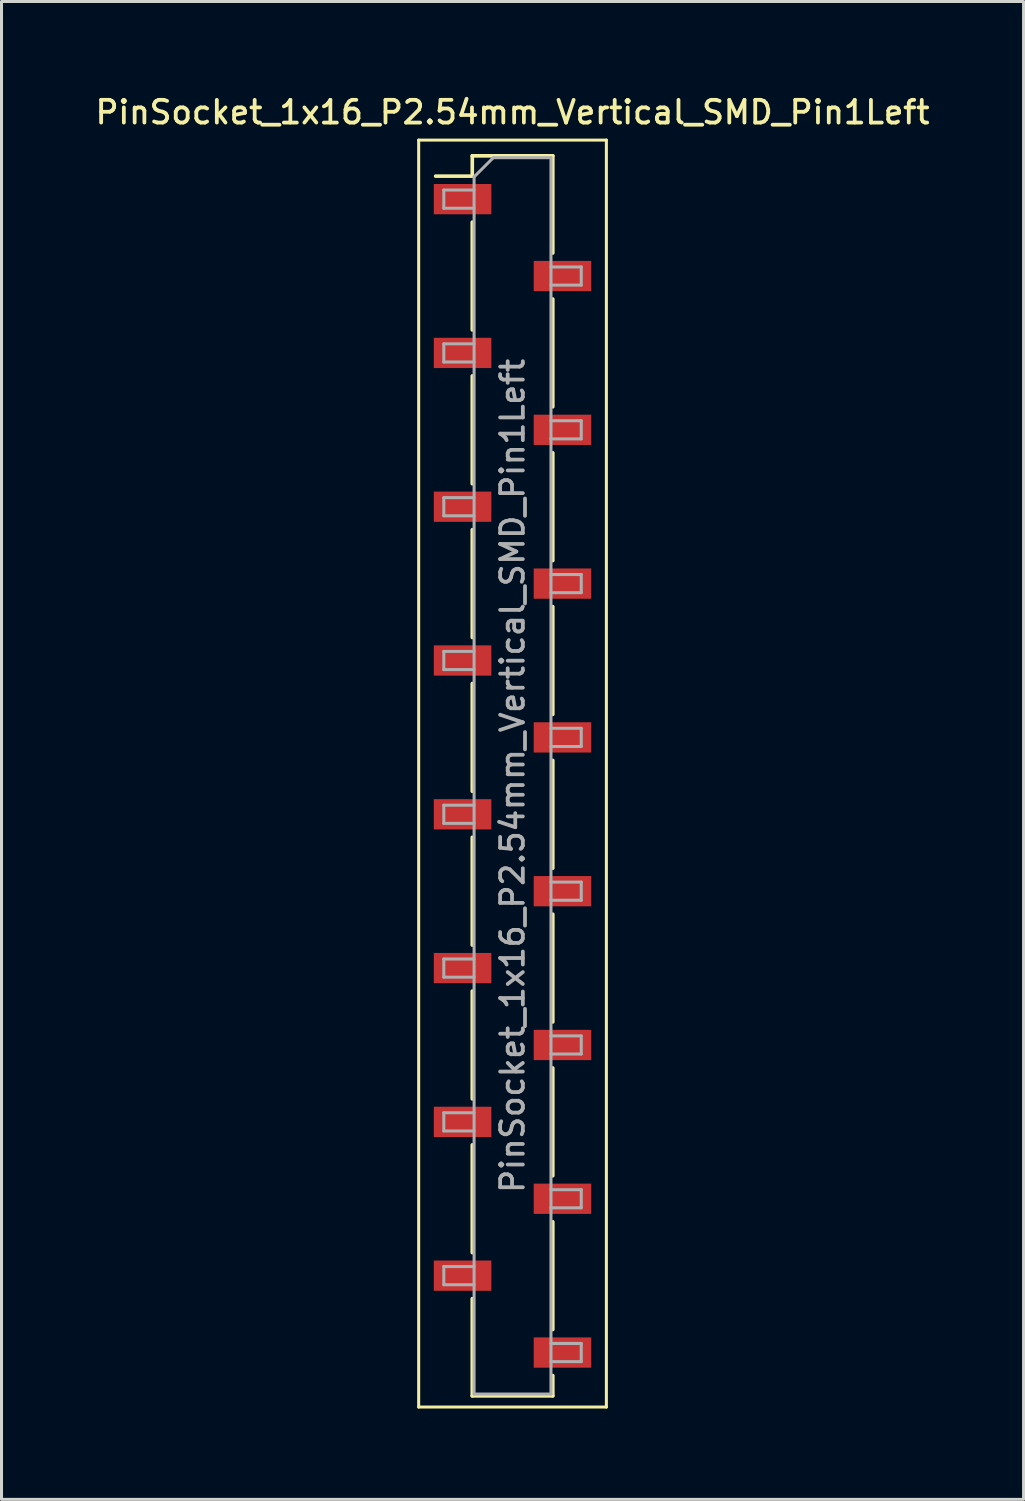
<source format=kicad_pcb>
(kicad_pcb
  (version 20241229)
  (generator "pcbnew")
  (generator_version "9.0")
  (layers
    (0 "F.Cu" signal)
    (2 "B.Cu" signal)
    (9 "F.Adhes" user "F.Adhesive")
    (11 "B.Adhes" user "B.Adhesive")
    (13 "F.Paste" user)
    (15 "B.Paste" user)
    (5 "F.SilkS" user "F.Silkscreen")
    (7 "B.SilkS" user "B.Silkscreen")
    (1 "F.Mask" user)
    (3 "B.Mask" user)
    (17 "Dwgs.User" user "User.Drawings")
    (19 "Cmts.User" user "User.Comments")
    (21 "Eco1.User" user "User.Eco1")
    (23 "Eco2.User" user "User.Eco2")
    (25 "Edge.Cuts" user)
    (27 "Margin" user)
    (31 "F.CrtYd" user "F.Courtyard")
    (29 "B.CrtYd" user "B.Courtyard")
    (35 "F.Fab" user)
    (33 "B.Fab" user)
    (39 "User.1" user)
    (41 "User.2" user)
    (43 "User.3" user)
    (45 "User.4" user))
  (footprint "PinSocket_1x16_P2.54mm_Vertical_SMD_Pin1Left"
    (layer "F.Cu")
    (at 13.88 22.578)
    (property "Reference" "PinSocket_1x16_P2.54mm_Vertical_SMD_Pin1Left" (at 0 -21.92 0) (layer "F.SilkS") (effects (font (size 0.75 0.75) (thickness 0.125))))
    (attr smd)
    (fp_line (start -3.1 -21) (end 3.1 -21) (stroke (width 0.1) (type solid)) (layer "F.SilkS"))
    (fp_line (start -3.1 20.85) (end -3.1 -21) (stroke (width 0.1) (type solid)) (layer "F.SilkS"))
    (fp_line (start -2.54 -19.81) (end -1.33 -19.81) (stroke (width 0.12) (type solid)) (layer "F.SilkS"))
    (fp_line (start -1.33 -20.48) (end -1.33 -19.81) (stroke (width 0.12) (type solid)) (layer "F.SilkS"))
    (fp_line (start -1.33 -20.48) (end 1.33 -20.48) (stroke (width 0.12) (type solid)) (layer "F.SilkS"))
    (fp_line (start -1.33 -18.29) (end -1.33 -14.73) (stroke (width 0.12) (type solid)) (layer "F.SilkS"))
    (fp_line (start -1.33 -13.21) (end -1.33 -9.65) (stroke (width 0.12) (type solid)) (layer "F.SilkS"))
    (fp_line (start -1.33 -8.13) (end -1.33 -4.57) (stroke (width 0.12) (type solid)) (layer "F.SilkS"))
    (fp_line (start -1.33 -3.05) (end -1.33 0.51) (stroke (width 0.12) (type solid)) (layer "F.SilkS"))
    (fp_line (start -1.33 2.03) (end -1.33 5.59) (stroke (width 0.12) (type solid)) (layer "F.SilkS"))
    (fp_line (start -1.33 7.11) (end -1.33 10.67) (stroke (width 0.12) (type solid)) (layer "F.SilkS"))
    (fp_line (start -1.33 12.19) (end -1.33 15.75) (stroke (width 0.12) (type solid)) (layer "F.SilkS"))
    (fp_line (start -1.33 17.27) (end -1.33 20.48) (stroke (width 0.12) (type solid)) (layer "F.SilkS"))
    (fp_line (start -1.33 20.48) (end 1.33 20.48) (stroke (width 0.12) (type solid)) (layer "F.SilkS"))
    (fp_line (start 1.33 -20.48) (end 1.33 -17.27) (stroke (width 0.12) (type solid)) (layer "F.SilkS"))
    (fp_line (start 1.33 -15.75) (end 1.33 -12.19) (stroke (width 0.12) (type solid)) (layer "F.SilkS"))
    (fp_line (start 1.33 -10.67) (end 1.33 -7.11) (stroke (width 0.12) (type solid)) (layer "F.SilkS"))
    (fp_line (start 1.33 -5.59) (end 1.33 -2.03) (stroke (width 0.12) (type solid)) (layer "F.SilkS"))
    (fp_line (start 1.33 -0.51) (end 1.33 3.05) (stroke (width 0.12) (type solid)) (layer "F.SilkS"))
    (fp_line (start 1.33 4.57) (end 1.33 8.13) (stroke (width 0.12) (type solid)) (layer "F.SilkS"))
    (fp_line (start 1.33 9.65) (end 1.33 13.21) (stroke (width 0.12) (type solid)) (layer "F.SilkS"))
    (fp_line (start 1.33 14.73) (end 1.33 18.29) (stroke (width 0.12) (type solid)) (layer "F.SilkS"))
    (fp_line (start 1.33 19.81) (end 1.33 20.48) (stroke (width 0.12) (type solid)) (layer "F.SilkS"))
    (fp_line (start 3.1 -21) (end 3.1 20.85) (stroke (width 0.1) (type solid)) (layer "F.SilkS"))
    (fp_line (start 3.1 20.85) (end -3.1 20.85) (stroke (width 0.1) (type solid)) (layer "F.SilkS"))
    (fp_line (start -2.27 -19.35) (end -1.27 -19.35) (stroke (width 0.1) (type solid)) (layer "F.Fab"))
    (fp_line (start -2.27 -18.75) (end -2.27 -19.35) (stroke (width 0.1) (type solid)) (layer "F.Fab"))
    (fp_line (start -2.27 -14.27) (end -1.27 -14.27) (stroke (width 0.1) (type solid)) (layer "F.Fab"))
    (fp_line (start -2.27 -13.67) (end -2.27 -14.27) (stroke (width 0.1) (type solid)) (layer "F.Fab"))
    (fp_line (start -2.27 -9.19) (end -1.27 -9.19) (stroke (width 0.1) (type solid)) (layer "F.Fab"))
    (fp_line (start -2.27 -8.59) (end -2.27 -9.19) (stroke (width 0.1) (type solid)) (layer "F.Fab"))
    (fp_line (start -2.27 -4.11) (end -1.27 -4.11) (stroke (width 0.1) (type solid)) (layer "F.Fab"))
    (fp_line (start -2.27 -3.51) (end -2.27 -4.11) (stroke (width 0.1) (type solid)) (layer "F.Fab"))
    (fp_line (start -2.27 0.97) (end -1.27 0.97) (stroke (width 0.1) (type solid)) (layer "F.Fab"))
    (fp_line (start -2.27 1.57) (end -2.27 0.97) (stroke (width 0.1) (type solid)) (layer "F.Fab"))
    (fp_line (start -2.27 6.05) (end -1.27 6.05) (stroke (width 0.1) (type solid)) (layer "F.Fab"))
    (fp_line (start -2.27 6.65) (end -2.27 6.05) (stroke (width 0.1) (type solid)) (layer "F.Fab"))
    (fp_line (start -2.27 11.13) (end -1.27 11.13) (stroke (width 0.1) (type solid)) (layer "F.Fab"))
    (fp_line (start -2.27 11.73) (end -2.27 11.13) (stroke (width 0.1) (type solid)) (layer "F.Fab"))
    (fp_line (start -2.27 16.21) (end -1.27 16.21) (stroke (width 0.1) (type solid)) (layer "F.Fab"))
    (fp_line (start -2.27 16.81) (end -2.27 16.21) (stroke (width 0.1) (type solid)) (layer "F.Fab"))
    (fp_line (start -1.27 -19.785) (end -0.635 -20.42) (stroke (width 0.1) (type solid)) (layer "F.Fab"))
    (fp_line (start -1.27 -18.75) (end -2.27 -18.75) (stroke (width 0.1) (type solid)) (layer "F.Fab"))
    (fp_line (start -1.27 -13.67) (end -2.27 -13.67) (stroke (width 0.1) (type solid)) (layer "F.Fab"))
    (fp_line (start -1.27 -8.59) (end -2.27 -8.59) (stroke (width 0.1) (type solid)) (layer "F.Fab"))
    (fp_line (start -1.27 -3.51) (end -2.27 -3.51) (stroke (width 0.1) (type solid)) (layer "F.Fab"))
    (fp_line (start -1.27 1.57) (end -2.27 1.57) (stroke (width 0.1) (type solid)) (layer "F.Fab"))
    (fp_line (start -1.27 6.65) (end -2.27 6.65) (stroke (width 0.1) (type solid)) (layer "F.Fab"))
    (fp_line (start -1.27 11.73) (end -2.27 11.73) (stroke (width 0.1) (type solid)) (layer "F.Fab"))
    (fp_line (start -1.27 16.81) (end -2.27 16.81) (stroke (width 0.1) (type solid)) (layer "F.Fab"))
    (fp_line (start -1.27 20.42) (end -1.27 -19.785) (stroke (width 0.1) (type solid)) (layer "F.Fab"))
    (fp_line (start -0.635 -20.42) (end 1.27 -20.42) (stroke (width 0.1) (type solid)) (layer "F.Fab"))
    (fp_line (start 1.27 -20.42) (end 1.27 20.42) (stroke (width 0.1) (type solid)) (layer "F.Fab"))
    (fp_line (start 1.27 -16.81) (end 2.27 -16.81) (stroke (width 0.1) (type solid)) (layer "F.Fab"))
    (fp_line (start 1.27 -11.73) (end 2.27 -11.73) (stroke (width 0.1) (type solid)) (layer "F.Fab"))
    (fp_line (start 1.27 -6.65) (end 2.27 -6.65) (stroke (width 0.1) (type solid)) (layer "F.Fab"))
    (fp_line (start 1.27 -1.57) (end 2.27 -1.57) (stroke (width 0.1) (type solid)) (layer "F.Fab"))
    (fp_line (start 1.27 3.51) (end 2.27 3.51) (stroke (width 0.1) (type solid)) (layer "F.Fab"))
    (fp_line (start 1.27 8.59) (end 2.27 8.59) (stroke (width 0.1) (type solid)) (layer "F.Fab"))
    (fp_line (start 1.27 13.67) (end 2.27 13.67) (stroke (width 0.1) (type solid)) (layer "F.Fab"))
    (fp_line (start 1.27 18.75) (end 2.27 18.75) (stroke (width 0.1) (type solid)) (layer "F.Fab"))
    (fp_line (start 1.27 20.42) (end -1.27 20.42) (stroke (width 0.1) (type solid)) (layer "F.Fab"))
    (fp_line (start 2.27 -16.81) (end 2.27 -16.21) (stroke (width 0.1) (type solid)) (layer "F.Fab"))
    (fp_line (start 2.27 -16.21) (end 1.27 -16.21) (stroke (width 0.1) (type solid)) (layer "F.Fab"))
    (fp_line (start 2.27 -11.73) (end 2.27 -11.13) (stroke (width 0.1) (type solid)) (layer "F.Fab"))
    (fp_line (start 2.27 -11.13) (end 1.27 -11.13) (stroke (width 0.1) (type solid)) (layer "F.Fab"))
    (fp_line (start 2.27 -6.65) (end 2.27 -6.05) (stroke (width 0.1) (type solid)) (layer "F.Fab"))
    (fp_line (start 2.27 -6.05) (end 1.27 -6.05) (stroke (width 0.1) (type solid)) (layer "F.Fab"))
    (fp_line (start 2.27 -1.57) (end 2.27 -0.97) (stroke (width 0.1) (type solid)) (layer "F.Fab"))
    (fp_line (start 2.27 -0.97) (end 1.27 -0.97) (stroke (width 0.1) (type solid)) (layer "F.Fab"))
    (fp_line (start 2.27 3.51) (end 2.27 4.11) (stroke (width 0.1) (type solid)) (layer "F.Fab"))
    (fp_line (start 2.27 4.11) (end 1.27 4.11) (stroke (width 0.1) (type solid)) (layer "F.Fab"))
    (fp_line (start 2.27 8.59) (end 2.27 9.19) (stroke (width 0.1) (type solid)) (layer "F.Fab"))
    (fp_line (start 2.27 9.19) (end 1.27 9.19) (stroke (width 0.1) (type solid)) (layer "F.Fab"))
    (fp_line (start 2.27 13.67) (end 2.27 14.27) (stroke (width 0.1) (type solid)) (layer "F.Fab"))
    (fp_line (start 2.27 14.27) (end 1.27 14.27) (stroke (width 0.1) (type solid)) (layer "F.Fab"))
    (fp_line (start 2.27 18.75) (end 2.27 19.35) (stroke (width 0.1) (type solid)) (layer "F.Fab"))
    (fp_line (start 2.27 19.35) (end 1.27 19.35) (stroke (width 0.1) (type solid)) (layer "F.Fab"))
    (fp_text user "${REFERENCE}" (at 0 0 90) (layer "F.Fab") (effects (font (size 0.75 0.75) (thickness 0.125))))
    (pad "1" smd rect (at -1.65 -19.05) (size 1.9 1) (layers "F.Cu" "F.Mask" "F.Paste"))
    (pad "2" smd rect (at 1.65 -16.51) (size 1.9 1) (layers "F.Cu" "F.Mask" "F.Paste"))
    (pad "3" smd rect (at -1.65 -13.97) (size 1.9 1) (layers "F.Cu" "F.Mask" "F.Paste"))
    (pad "4" smd rect (at 1.65 -11.43) (size 1.9 1) (layers "F.Cu" "F.Mask" "F.Paste"))
    (pad "5" smd rect (at -1.65 -8.89) (size 1.9 1) (layers "F.Cu" "F.Mask" "F.Paste"))
    (pad "6" smd rect (at 1.65 -6.35) (size 1.9 1) (layers "F.Cu" "F.Mask" "F.Paste"))
    (pad "7" smd rect (at -1.65 -3.81) (size 1.9 1) (layers "F.Cu" "F.Mask" "F.Paste"))
    (pad "8" smd rect (at 1.65 -1.27) (size 1.9 1) (layers "F.Cu" "F.Mask" "F.Paste"))
    (pad "9" smd rect (at -1.65 1.27) (size 1.9 1) (layers "F.Cu" "F.Mask" "F.Paste"))
    (pad "10" smd rect (at 1.65 3.81) (size 1.9 1) (layers "F.Cu" "F.Mask" "F.Paste"))
    (pad "11" smd rect (at -1.65 6.35) (size 1.9 1) (layers "F.Cu" "F.Mask" "F.Paste"))
    (pad "12" smd rect (at 1.65 8.89) (size 1.9 1) (layers "F.Cu" "F.Mask" "F.Paste"))
    (pad "13" smd rect (at -1.65 11.43) (size 1.9 1) (layers "F.Cu" "F.Mask" "F.Paste"))
    (pad "14" smd rect (at 1.65 13.97) (size 1.9 1) (layers "F.Cu" "F.Mask" "F.Paste"))
    (pad "15" smd rect (at -1.65 16.51) (size 1.9 1) (layers "F.Cu" "F.Mask" "F.Paste"))
    (pad "16" smd rect (at 1.65 19.05) (size 1.9 1) (layers "F.Cu" "F.Mask" "F.Paste")))
  (gr_rect
    (start -3 -3)
    (end 30.761 46.478)
    (stroke (width 0.1) (type default))
    (fill no)
    (layer "Edge.Cuts")))
</source>
